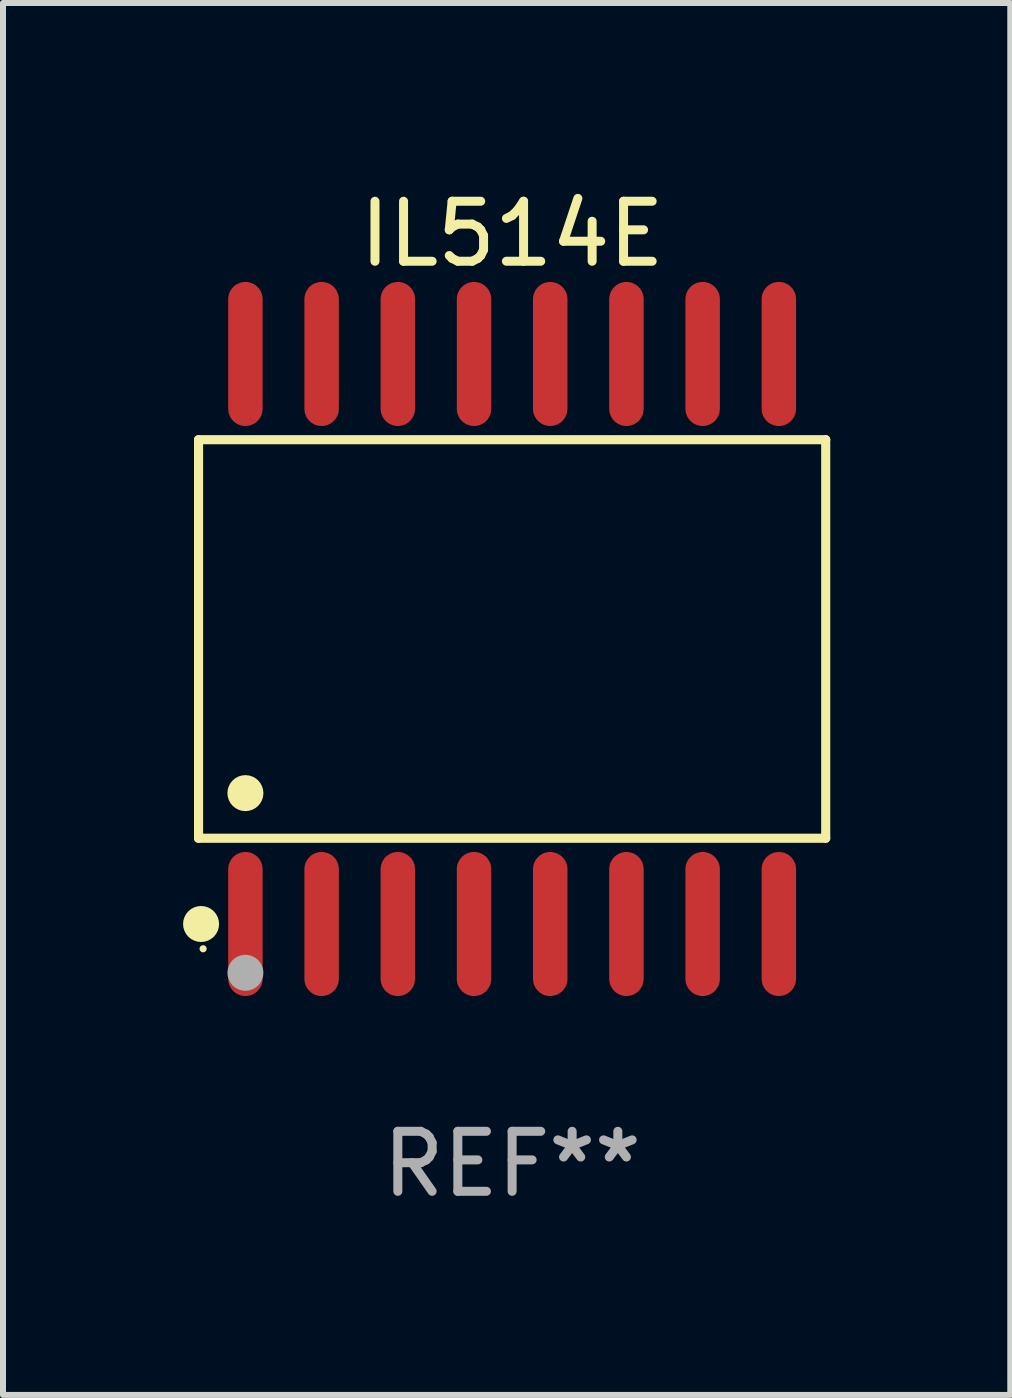
<source format=kicad_pcb>
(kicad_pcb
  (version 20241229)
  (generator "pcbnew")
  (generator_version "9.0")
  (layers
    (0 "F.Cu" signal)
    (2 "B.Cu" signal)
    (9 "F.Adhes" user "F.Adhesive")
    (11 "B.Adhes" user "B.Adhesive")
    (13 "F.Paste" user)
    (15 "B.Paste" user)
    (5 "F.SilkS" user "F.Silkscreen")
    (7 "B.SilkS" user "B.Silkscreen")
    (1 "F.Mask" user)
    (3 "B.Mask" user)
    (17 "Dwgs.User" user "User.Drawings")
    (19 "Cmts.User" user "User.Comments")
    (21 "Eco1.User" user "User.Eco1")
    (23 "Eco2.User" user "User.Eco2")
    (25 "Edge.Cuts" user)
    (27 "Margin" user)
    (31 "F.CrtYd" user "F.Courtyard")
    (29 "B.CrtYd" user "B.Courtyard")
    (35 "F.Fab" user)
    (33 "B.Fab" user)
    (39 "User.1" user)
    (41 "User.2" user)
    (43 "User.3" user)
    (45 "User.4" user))
  (footprint "IL514E"
    (layer "F.Cu")
    (at 5.485 7.599)
    (property "Reference" "IL514E" (at 0 -6.75 0) (layer "F.SilkS") (effects (font (size 1 1) (thickness 0.15))))
    (attr through_hole)
    (fp_line (start -5.226 -3.321) (end 5.226 -3.321) (stroke (width 0.152) (type solid)) (layer "F.SilkS"))
    (fp_line (start -5.226 3.321) (end -5.226 -3.321) (stroke (width 0.152) (type solid)) (layer "F.SilkS"))
    (fp_line (start 5.226 -3.321) (end 5.226 3.321) (stroke (width 0.152) (type solid)) (layer "F.SilkS"))
    (fp_line (start 5.226 3.321) (end -5.226 3.321) (stroke (width 0.152) (type solid)) (layer "F.SilkS"))
    (fp_circle (center -5.184 4.75) (end -5.034 4.75) (stroke (width 0.3) (type solid)) (fill no) (layer "F.SilkS"))
    (fp_circle (center -5.15 5.163) (end -5.12 5.163) (stroke (width 0.06) (type solid)) (fill no) (layer "F.SilkS"))
    (fp_circle (center -4.445 2.569) (end -4.295 2.569) (stroke (width 0.3) (type solid)) (fill no) (layer "F.SilkS"))
    (fp_circle (center -4.445 5.563) (end -4.295 5.563) (stroke (width 0.3) (type solid)) (fill no) (layer "F.Fab"))
    (fp_text user "REF**" (at 0 8.75 0) (layer "F.Fab") (effects (font (size 1 1) (thickness 0.15))))
    (pad "1" smd oval (at -4.445 4.75) (size 0.574 2.401) (layers "F.Cu" "F.Mask" "F.Paste"))
    (pad "2" smd oval (at -3.175 4.75) (size 0.574 2.401) (layers "F.Cu" "F.Mask" "F.Paste"))
    (pad "3" smd oval (at -1.905 4.75) (size 0.574 2.401) (layers "F.Cu" "F.Mask" "F.Paste"))
    (pad "4" smd oval (at -0.635 4.75) (size 0.574 2.401) (layers "F.Cu" "F.Mask" "F.Paste"))
    (pad "5" smd oval (at 0.635 4.75) (size 0.574 2.401) (layers "F.Cu" "F.Mask" "F.Paste"))
    (pad "6" smd oval (at 1.905 4.75) (size 0.574 2.401) (layers "F.Cu" "F.Mask" "F.Paste"))
    (pad "7" smd oval (at 3.175 4.75) (size 0.574 2.401) (layers "F.Cu" "F.Mask" "F.Paste"))
    (pad "8" smd oval (at 4.445 4.75) (size 0.574 2.401) (layers "F.Cu" "F.Mask" "F.Paste"))
    (pad "9" smd oval (at 4.445 -4.75) (size 0.574 2.401) (layers "F.Cu" "F.Mask" "F.Paste"))
    (pad "10" smd oval (at 3.175 -4.75) (size 0.574 2.401) (layers "F.Cu" "F.Mask" "F.Paste"))
    (pad "11" smd oval (at 1.905 -4.75) (size 0.574 2.401) (layers "F.Cu" "F.Mask" "F.Paste"))
    (pad "12" smd oval (at 0.635 -4.75) (size 0.574 2.401) (layers "F.Cu" "F.Mask" "F.Paste"))
    (pad "13" smd oval (at -0.635 -4.75) (size 0.574 2.401) (layers "F.Cu" "F.Mask" "F.Paste"))
    (pad "14" smd oval (at -1.905 -4.75) (size 0.574 2.401) (layers "F.Cu" "F.Mask" "F.Paste"))
    (pad "15" smd oval (at -3.175 -4.75) (size 0.574 2.401) (layers "F.Cu" "F.Mask" "F.Paste"))
    (pad "16" smd oval (at -4.445 -4.75) (size 0.574 2.401) (layers "F.Cu" "F.Mask" "F.Paste")))
  (gr_rect
    (start -3 -3)
    (end 13.787 20.197)
    (stroke (width 0.1) (type default))
    (fill no)
    (layer "Edge.Cuts")))
</source>
